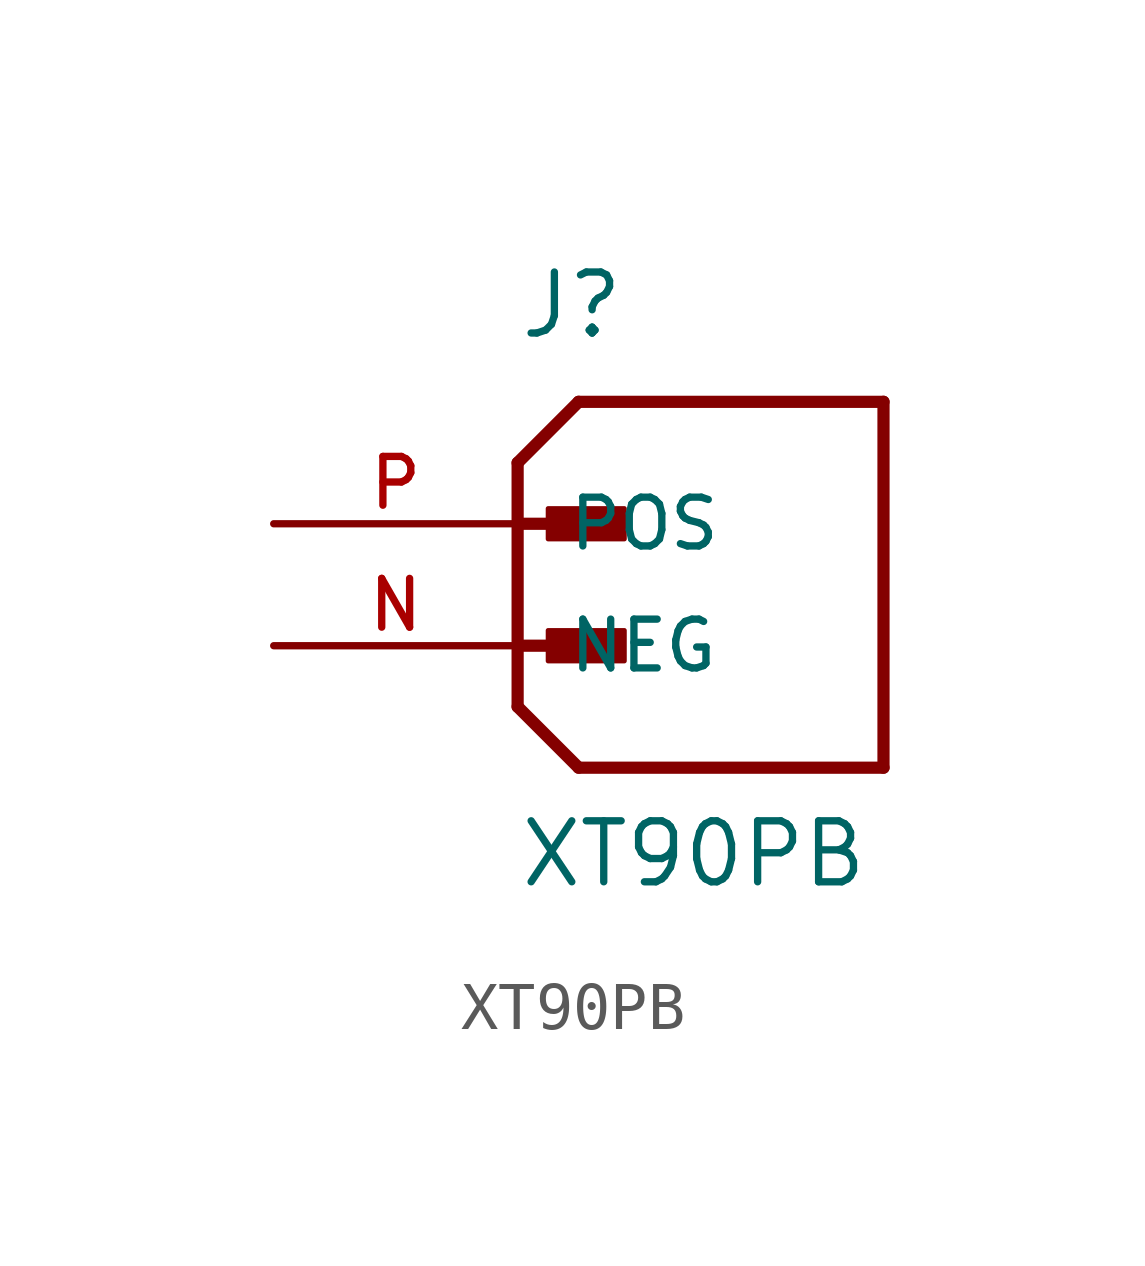
<source format=kicad_sym>
(kicad_symbol_lib
  (version 20231120)
  (generator "kicad_symbol_editor")
  (generator_version "8.0")
  (symbol "XT90PB"
    (pin_names
      (offset 1.016))
    (property "Reference" "J"
      (at 0 6.35 0)
      (effects (font (size 1.27 1.27)) (justify left bottom)))
    (property "Value" "XT90PB"
      (at 0 -5.08 0)
      (effects (font (size 1.27 1.27)) (justify left bottom)))
    (symbol "XT90PB_0_0"
      (polyline (pts (xy 0 -1.27) (xy 1.27 -2.54)) (stroke (width 0.254) (type default)) (fill (type none)))
      (polyline (pts (xy 0 0) (xy 1.905 0)) (stroke (width 0.254) (type default)) (fill (type none)))
      (polyline (pts (xy 0 2.54) (xy 0 -1.27)) (stroke (width 0.254) (type default)) (fill (type none)))
      (polyline (pts (xy 0 2.54) (xy 1.905 2.54)) (stroke (width 0.254) (type default)) (fill (type none)))
      (polyline (pts (xy 0 3.81) (xy 0 2.54)) (stroke (width 0.254) (type default)) (fill (type none)))
      (polyline (pts (xy 0 3.81) (xy 1.27 5.08)) (stroke (width 0.254) (type default)) (fill (type none)))
      (polyline (pts (xy 1.27 -2.54) (xy 7.62 -2.54)) (stroke (width 0.254) (type default)) (fill (type none)))
      (polyline (pts (xy 7.62 -2.54) (xy 7.62 5.08)) (stroke (width 0.254) (type default)) (fill (type none)))
      (polyline (pts (xy 7.62 5.08) (xy 1.27 5.08)) (stroke (width 0.254) (type default)) (fill (type none)))
      (rectangle (start 0.635 -0.318) (end 2.223 0.318) (stroke (width 0.1) (type default)) (fill (type outline)))
      (rectangle (start 0.635 2.223) (end 2.223 2.857) (stroke (width 0.1) (type default)) (fill (type outline)))
      (pin passive line (at -5.08 0 0) (length 5.08) (name "NEG" (effects (font (size 1.016 1.016)))) (number "N" (effects (font (size 1.016 1.016)))))
      (pin passive line (at -5.08 2.54 0) (length 5.08) (name "POS" (effects (font (size 1.016 1.016)))) (number "P" (effects (font (size 1.016 1.016))))))))
</source>
